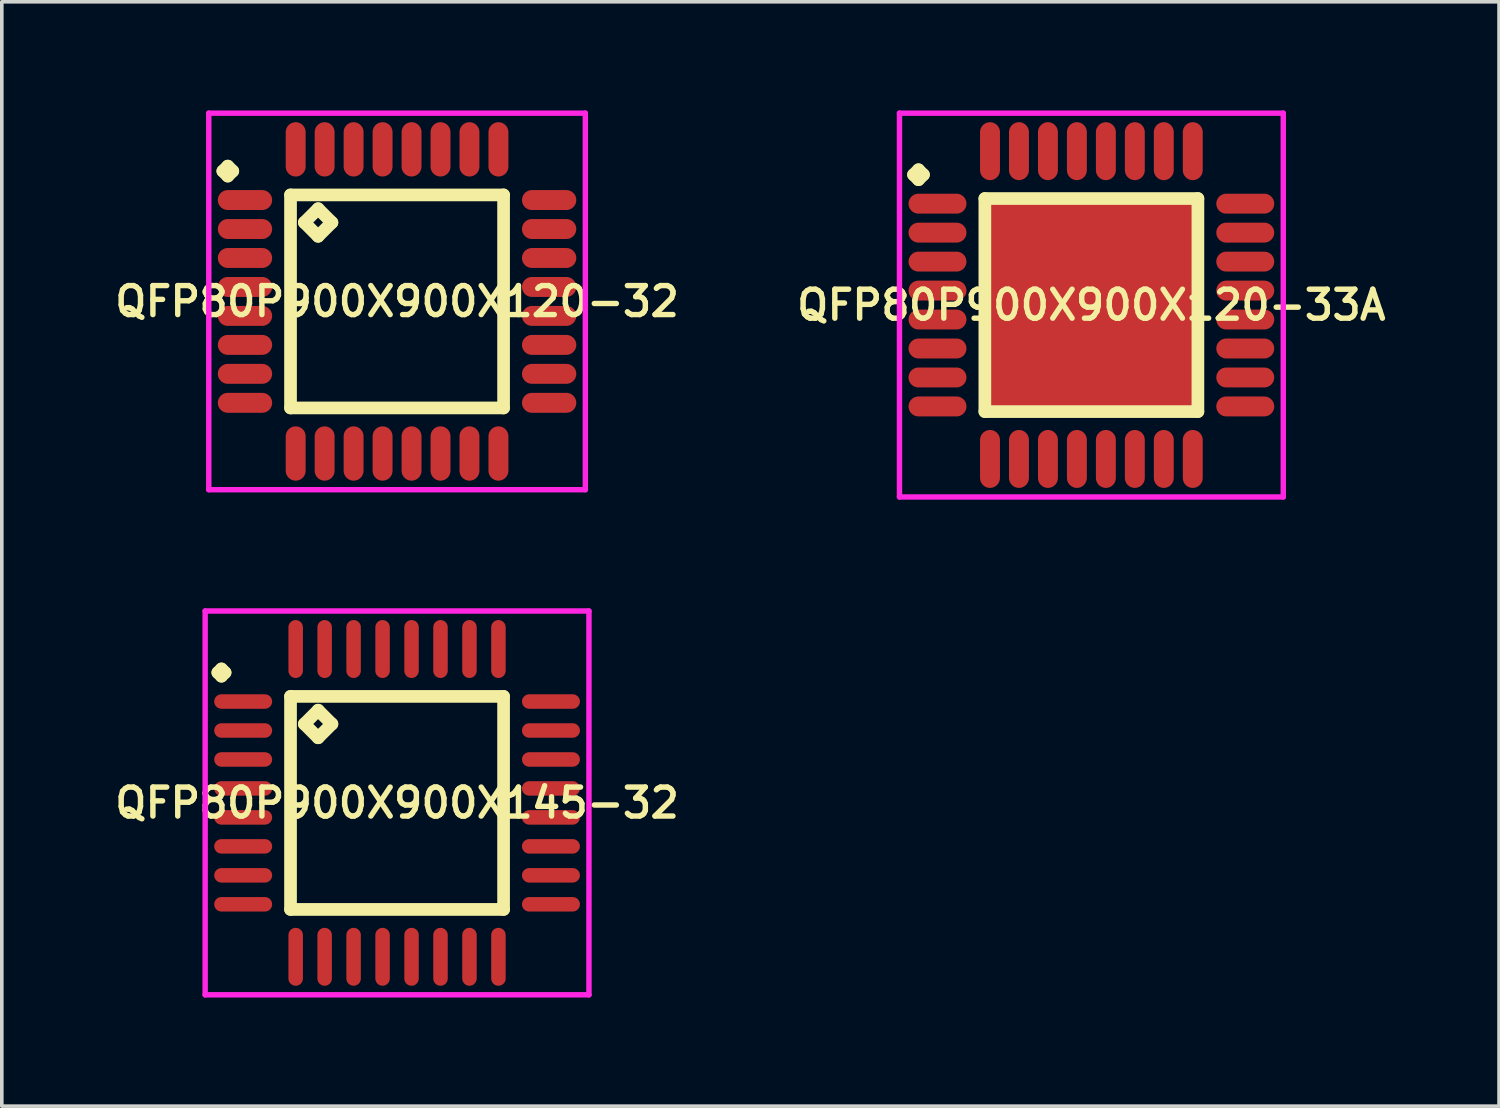
<source format=kicad_pcb>
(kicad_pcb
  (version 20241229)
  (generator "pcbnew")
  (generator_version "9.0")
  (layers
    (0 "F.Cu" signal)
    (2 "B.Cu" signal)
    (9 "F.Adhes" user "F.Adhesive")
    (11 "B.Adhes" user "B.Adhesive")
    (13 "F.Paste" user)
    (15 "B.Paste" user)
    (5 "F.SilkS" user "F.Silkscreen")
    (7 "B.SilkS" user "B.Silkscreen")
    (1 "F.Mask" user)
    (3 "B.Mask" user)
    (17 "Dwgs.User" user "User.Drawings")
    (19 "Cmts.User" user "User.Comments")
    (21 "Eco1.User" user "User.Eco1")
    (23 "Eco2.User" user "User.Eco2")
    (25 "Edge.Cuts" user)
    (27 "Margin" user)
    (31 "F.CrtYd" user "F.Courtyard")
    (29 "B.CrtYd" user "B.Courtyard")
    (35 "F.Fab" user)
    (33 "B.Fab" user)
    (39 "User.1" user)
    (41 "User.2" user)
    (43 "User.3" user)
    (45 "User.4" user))
  (footprint "QFP80P900X900X120-32"
    (layer "F.Cu")
    (at 7.916 5.275)
    (property "Reference" "QFP80P900X900X120-32" (at 0 0 0) (layer "F.SilkS") (effects (font (size 0.8 0.8) (thickness 0.15))))
    (attr smd)
    (fp_line (start -4.812 -3.6) (end -4.675 -3.737) (stroke (width 0.35) (type solid)) (layer "F.SilkS"))
    (fp_line (start -4.675 -3.737) (end -4.537 -3.6) (stroke (width 0.35) (type solid)) (layer "F.SilkS"))
    (fp_line (start -4.675 -3.462) (end -4.812 -3.6) (stroke (width 0.35) (type solid)) (layer "F.SilkS"))
    (fp_line (start -4.537 -3.6) (end -4.675 -3.462) (stroke (width 0.35) (type solid)) (layer "F.SilkS"))
    (fp_line (start -2.942 -2.942) (end -2.942 2.942) (stroke (width 0.35) (type solid)) (layer "F.SilkS"))
    (fp_line (start -2.942 2.942) (end 2.942 2.942) (stroke (width 0.35) (type solid)) (layer "F.SilkS"))
    (fp_line (start -2.561 -2.18) (end -2.18 -2.561) (stroke (width 0.35) (type solid)) (layer "F.SilkS"))
    (fp_line (start -2.18 -2.561) (end -1.799 -2.18) (stroke (width 0.35) (type solid)) (layer "F.SilkS"))
    (fp_line (start -2.18 -1.799) (end -2.561 -2.18) (stroke (width 0.35) (type solid)) (layer "F.SilkS"))
    (fp_line (start -1.799 -2.18) (end -2.18 -1.799) (stroke (width 0.35) (type solid)) (layer "F.SilkS"))
    (fp_line (start 2.942 -2.942) (end -2.942 -2.942) (stroke (width 0.35) (type solid)) (layer "F.SilkS"))
    (fp_line (start 2.942 2.942) (end 2.942 -2.942) (stroke (width 0.35) (type solid)) (layer "F.SilkS"))
    (fp_line (start -5.2 -5.2) (end 5.2 -5.2) (stroke (width 0.15) (type solid)) (layer "F.CrtYd"))
    (fp_line (start -5.2 5.2) (end -5.2 -5.2) (stroke (width 0.15) (type solid)) (layer "F.CrtYd"))
    (fp_line (start 5.2 -5.2) (end 5.2 5.2) (stroke (width 0.15) (type solid)) (layer "F.CrtYd"))
    (fp_line (start 5.2 5.2) (end -5.2 5.2) (stroke (width 0.15) (type solid)) (layer "F.CrtYd"))
    (pad "1" smd oval (at -4.2 -2.8) (size 1.5 0.55) (layers "F.Cu" "F.Mask" "F.Paste"))
    (pad "2" smd oval (at -4.2 -2) (size 1.5 0.55) (layers "F.Cu" "F.Mask" "F.Paste"))
    (pad "3" smd oval (at -4.2 -1.2) (size 1.5 0.55) (layers "F.Cu" "F.Mask" "F.Paste"))
    (pad "4" smd oval (at -4.2 -0.4) (size 1.5 0.55) (layers "F.Cu" "F.Mask" "F.Paste"))
    (pad "5" smd oval (at -4.2 0.4) (size 1.5 0.55) (layers "F.Cu" "F.Mask" "F.Paste"))
    (pad "6" smd oval (at -4.2 1.2) (size 1.5 0.55) (layers "F.Cu" "F.Mask" "F.Paste"))
    (pad "7" smd oval (at -4.2 2) (size 1.5 0.55) (layers "F.Cu" "F.Mask" "F.Paste"))
    (pad "8" smd oval (at -4.2 2.8) (size 1.5 0.55) (layers "F.Cu" "F.Mask" "F.Paste"))
    (pad "9" smd oval (at -2.8 4.2) (size 0.55 1.5) (layers "F.Cu" "F.Mask" "F.Paste"))
    (pad "10" smd oval (at -2 4.2) (size 0.55 1.5) (layers "F.Cu" "F.Mask" "F.Paste"))
    (pad "11" smd oval (at -1.2 4.2) (size 0.55 1.5) (layers "F.Cu" "F.Mask" "F.Paste"))
    (pad "12" smd oval (at -0.4 4.2) (size 0.55 1.5) (layers "F.Cu" "F.Mask" "F.Paste"))
    (pad "13" smd oval (at 0.4 4.2) (size 0.55 1.5) (layers "F.Cu" "F.Mask" "F.Paste"))
    (pad "14" smd oval (at 1.2 4.2) (size 0.55 1.5) (layers "F.Cu" "F.Mask" "F.Paste"))
    (pad "15" smd oval (at 2 4.2) (size 0.55 1.5) (layers "F.Cu" "F.Mask" "F.Paste"))
    (pad "16" smd oval (at 2.8 4.2) (size 0.55 1.5) (layers "F.Cu" "F.Mask" "F.Paste"))
    (pad "17" smd oval (at 4.2 2.8) (size 1.5 0.55) (layers "F.Cu" "F.Mask" "F.Paste"))
    (pad "18" smd oval (at 4.2 2) (size 1.5 0.55) (layers "F.Cu" "F.Mask" "F.Paste"))
    (pad "19" smd oval (at 4.2 1.2) (size 1.5 0.55) (layers "F.Cu" "F.Mask" "F.Paste"))
    (pad "20" smd oval (at 4.2 0.4) (size 1.5 0.55) (layers "F.Cu" "F.Mask" "F.Paste"))
    (pad "21" smd oval (at 4.2 -0.4) (size 1.5 0.55) (layers "F.Cu" "F.Mask" "F.Paste"))
    (pad "22" smd oval (at 4.2 -1.2) (size 1.5 0.55) (layers "F.Cu" "F.Mask" "F.Paste"))
    (pad "23" smd oval (at 4.2 -2) (size 1.5 0.55) (layers "F.Cu" "F.Mask" "F.Paste"))
    (pad "24" smd oval (at 4.2 -2.8) (size 1.5 0.55) (layers "F.Cu" "F.Mask" "F.Paste"))
    (pad "25" smd oval (at 2.8 -4.2) (size 0.55 1.5) (layers "F.Cu" "F.Mask" "F.Paste"))
    (pad "26" smd oval (at 2 -4.2) (size 0.55 1.5) (layers "F.Cu" "F.Mask" "F.Paste"))
    (pad "27" smd oval (at 1.2 -4.2) (size 0.55 1.5) (layers "F.Cu" "F.Mask" "F.Paste"))
    (pad "28" smd oval (at 0.4 -4.2) (size 0.55 1.5) (layers "F.Cu" "F.Mask" "F.Paste"))
    (pad "29" smd oval (at -0.4 -4.2) (size 0.55 1.5) (layers "F.Cu" "F.Mask" "F.Paste"))
    (pad "30" smd oval (at -1.2 -4.2) (size 0.55 1.5) (layers "F.Cu" "F.Mask" "F.Paste"))
    (pad "31" smd oval (at -2 -4.2) (size 0.55 1.5) (layers "F.Cu" "F.Mask" "F.Paste"))
    (pad "32" smd oval (at -2.8 -4.2) (size 0.55 1.5) (layers "F.Cu" "F.Mask" "F.Paste")))
  (footprint "QFP80P900X900X120-33A"
    (layer "F.Cu")
    (at 27.092 5.375)
    (property "Reference" "QFP80P900X900X120-33A" (at 0 0 0) (layer "F.SilkS") (effects (font (size 0.8 0.8) (thickness 0.15))))
    (attr smd)
    (fp_line (start -4.912 -3.6) (end -4.775 -3.737) (stroke (width 0.35) (type solid)) (layer "F.SilkS"))
    (fp_line (start -4.775 -3.737) (end -4.638 -3.6) (stroke (width 0.35) (type solid)) (layer "F.SilkS"))
    (fp_line (start -4.775 -3.462) (end -4.912 -3.6) (stroke (width 0.35) (type solid)) (layer "F.SilkS"))
    (fp_line (start -4.638 -3.6) (end -4.775 -3.462) (stroke (width 0.35) (type solid)) (layer "F.SilkS"))
    (fp_line (start -2.942 -2.942) (end -2.942 2.942) (stroke (width 0.35) (type solid)) (layer "F.SilkS"))
    (fp_line (start -2.942 2.942) (end 2.942 2.942) (stroke (width 0.35) (type solid)) (layer "F.SilkS"))
    (fp_line (start 2.942 -2.942) (end -2.942 -2.942) (stroke (width 0.35) (type solid)) (layer "F.SilkS"))
    (fp_line (start 2.942 2.942) (end 2.942 -2.942) (stroke (width 0.35) (type solid)) (layer "F.SilkS"))
    (fp_line (start -5.3 -5.3) (end 5.3 -5.3) (stroke (width 0.15) (type solid)) (layer "F.CrtYd"))
    (fp_line (start -5.3 5.3) (end -5.3 -5.3) (stroke (width 0.15) (type solid)) (layer "F.CrtYd"))
    (fp_line (start 5.3 -5.3) (end 5.3 5.3) (stroke (width 0.15) (type solid)) (layer "F.CrtYd"))
    (fp_line (start 5.3 5.3) (end -5.3 5.3) (stroke (width 0.15) (type solid)) (layer "F.CrtYd"))
    (pad "1" smd oval (at -4.25 -2.8) (size 1.6 0.55) (layers "F.Cu" "F.Mask" "F.Paste"))
    (pad "2" smd oval (at -4.25 -2) (size 1.6 0.55) (layers "F.Cu" "F.Mask" "F.Paste"))
    (pad "3" smd oval (at -4.25 -1.2) (size 1.6 0.55) (layers "F.Cu" "F.Mask" "F.Paste"))
    (pad "4" smd oval (at -4.25 -0.4) (size 1.6 0.55) (layers "F.Cu" "F.Mask" "F.Paste"))
    (pad "5" smd oval (at -4.25 0.4) (size 1.6 0.55) (layers "F.Cu" "F.Mask" "F.Paste"))
    (pad "6" smd oval (at -4.25 1.2) (size 1.6 0.55) (layers "F.Cu" "F.Mask" "F.Paste"))
    (pad "7" smd oval (at -4.25 2) (size 1.6 0.55) (layers "F.Cu" "F.Mask" "F.Paste"))
    (pad "8" smd oval (at -4.25 2.8) (size 1.6 0.55) (layers "F.Cu" "F.Mask" "F.Paste"))
    (pad "9" smd oval (at -2.8 4.25) (size 0.55 1.6) (layers "F.Cu" "F.Mask" "F.Paste"))
    (pad "10" smd oval (at -2 4.25) (size 0.55 1.6) (layers "F.Cu" "F.Mask" "F.Paste"))
    (pad "11" smd oval (at -1.2 4.25) (size 0.55 1.6) (layers "F.Cu" "F.Mask" "F.Paste"))
    (pad "12" smd oval (at -0.4 4.25) (size 0.55 1.6) (layers "F.Cu" "F.Mask" "F.Paste"))
    (pad "13" smd oval (at 0.4 4.25) (size 0.55 1.6) (layers "F.Cu" "F.Mask" "F.Paste"))
    (pad "14" smd oval (at 1.2 4.25) (size 0.55 1.6) (layers "F.Cu" "F.Mask" "F.Paste"))
    (pad "15" smd oval (at 2 4.25) (size 0.55 1.6) (layers "F.Cu" "F.Mask" "F.Paste"))
    (pad "16" smd oval (at 2.8 4.25) (size 0.55 1.6) (layers "F.Cu" "F.Mask" "F.Paste"))
    (pad "17" smd oval (at 4.25 2.8) (size 1.6 0.55) (layers "F.Cu" "F.Mask" "F.Paste"))
    (pad "18" smd oval (at 4.25 2) (size 1.6 0.55) (layers "F.Cu" "F.Mask" "F.Paste"))
    (pad "19" smd oval (at 4.25 1.2) (size 1.6 0.55) (layers "F.Cu" "F.Mask" "F.Paste"))
    (pad "20" smd oval (at 4.25 0.4) (size 1.6 0.55) (layers "F.Cu" "F.Mask" "F.Paste"))
    (pad "21" smd oval (at 4.25 -0.4) (size 1.6 0.55) (layers "F.Cu" "F.Mask" "F.Paste"))
    (pad "22" smd oval (at 4.25 -1.2) (size 1.6 0.55) (layers "F.Cu" "F.Mask" "F.Paste"))
    (pad "23" smd oval (at 4.25 -2) (size 1.6 0.55) (layers "F.Cu" "F.Mask" "F.Paste"))
    (pad "24" smd oval (at 4.25 -2.8) (size 1.6 0.55) (layers "F.Cu" "F.Mask" "F.Paste"))
    (pad "25" smd oval (at 2.8 -4.25) (size 0.55 1.6) (layers "F.Cu" "F.Mask" "F.Paste"))
    (pad "26" smd oval (at 2 -4.25) (size 0.55 1.6) (layers "F.Cu" "F.Mask" "F.Paste"))
    (pad "27" smd oval (at 1.2 -4.25) (size 0.55 1.6) (layers "F.Cu" "F.Mask" "F.Paste"))
    (pad "28" smd oval (at 0.4 -4.25) (size 0.55 1.6) (layers "F.Cu" "F.Mask" "F.Paste"))
    (pad "29" smd oval (at -0.4 -4.25) (size 0.55 1.6) (layers "F.Cu" "F.Mask" "F.Paste"))
    (pad "30" smd oval (at -1.2 -4.25) (size 0.55 1.6) (layers "F.Cu" "F.Mask" "F.Paste"))
    (pad "31" smd oval (at -2 -4.25) (size 0.55 1.6) (layers "F.Cu" "F.Mask" "F.Paste"))
    (pad "32" smd oval (at -2.8 -4.25) (size 0.55 1.6) (layers "F.Cu" "F.Mask" "F.Paste"))
    (pad "33" smd rect (at 0 0) (size 6 6) (layers "F.Cu" "F.Mask" "F.Paste")))
  (footprint "QFP80P900X900X145-32"
    (layer "F.Cu")
    (at 7.916 19.125)
    (property "Reference" "QFP80P900X900X145-32" (at 0 0 0) (layer "F.SilkS") (effects (font (size 0.8 0.8) (thickness 0.15))))
    (attr through_hole)
    (fp_line (start -4.95 -3.6) (end -4.85 -3.7) (stroke (width 0.35) (type solid)) (layer "F.SilkS"))
    (fp_line (start -4.85 -3.7) (end -4.75 -3.6) (stroke (width 0.35) (type solid)) (layer "F.SilkS"))
    (fp_line (start -4.85 -3.5) (end -4.95 -3.6) (stroke (width 0.35) (type solid)) (layer "F.SilkS"))
    (fp_line (start -4.75 -3.6) (end -4.85 -3.5) (stroke (width 0.35) (type solid)) (layer "F.SilkS"))
    (fp_line (start -2.942 -2.942) (end -2.942 2.942) (stroke (width 0.35) (type solid)) (layer "F.SilkS"))
    (fp_line (start -2.942 2.942) (end 2.942 2.942) (stroke (width 0.35) (type solid)) (layer "F.SilkS"))
    (fp_line (start -2.561 -2.18) (end -2.18 -2.561) (stroke (width 0.35) (type solid)) (layer "F.SilkS"))
    (fp_line (start -2.18 -2.561) (end -1.799 -2.18) (stroke (width 0.35) (type solid)) (layer "F.SilkS"))
    (fp_line (start -2.18 -1.799) (end -2.561 -2.18) (stroke (width 0.35) (type solid)) (layer "F.SilkS"))
    (fp_line (start -1.799 -2.18) (end -2.18 -1.799) (stroke (width 0.35) (type solid)) (layer "F.SilkS"))
    (fp_line (start 2.942 -2.942) (end -2.942 -2.942) (stroke (width 0.35) (type solid)) (layer "F.SilkS"))
    (fp_line (start 2.942 2.942) (end 2.942 -2.942) (stroke (width 0.35) (type solid)) (layer "F.SilkS"))
    (fp_line (start -5.3 -5.3) (end 5.3 -5.3) (stroke (width 0.15) (type solid)) (layer "F.CrtYd"))
    (fp_line (start -5.3 5.3) (end -5.3 -5.3) (stroke (width 0.15) (type solid)) (layer "F.CrtYd"))
    (fp_line (start 5.3 -5.3) (end 5.3 5.3) (stroke (width 0.15) (type solid)) (layer "F.CrtYd"))
    (fp_line (start 5.3 5.3) (end -5.3 5.3) (stroke (width 0.15) (type solid)) (layer "F.CrtYd"))
    (pad "1" smd oval (at -4.25 -2.8) (size 1.6 0.4) (layers "F.Cu" "F.Mask" "F.Paste"))
    (pad "2" smd oval (at -4.25 -2) (size 1.6 0.4) (layers "F.Cu" "F.Mask" "F.Paste"))
    (pad "3" smd oval (at -4.25 -1.2) (size 1.6 0.4) (layers "F.Cu" "F.Mask" "F.Paste"))
    (pad "4" smd oval (at -4.25 -0.4) (size 1.6 0.4) (layers "F.Cu" "F.Mask" "F.Paste"))
    (pad "5" smd oval (at -4.25 0.4) (size 1.6 0.4) (layers "F.Cu" "F.Mask" "F.Paste"))
    (pad "6" smd oval (at -4.25 1.2) (size 1.6 0.4) (layers "F.Cu" "F.Mask" "F.Paste"))
    (pad "7" smd oval (at -4.25 2) (size 1.6 0.4) (layers "F.Cu" "F.Mask" "F.Paste"))
    (pad "8" smd oval (at -4.25 2.8) (size 1.6 0.4) (layers "F.Cu" "F.Mask" "F.Paste"))
    (pad "9" smd oval (at -2.8 4.25) (size 0.4 1.6) (layers "F.Cu" "F.Mask" "F.Paste"))
    (pad "10" smd oval (at -2 4.25) (size 0.4 1.6) (layers "F.Cu" "F.Mask" "F.Paste"))
    (pad "11" smd oval (at -1.2 4.25) (size 0.4 1.6) (layers "F.Cu" "F.Mask" "F.Paste"))
    (pad "12" smd oval (at -0.4 4.25) (size 0.4 1.6) (layers "F.Cu" "F.Mask" "F.Paste"))
    (pad "13" smd oval (at 0.4 4.25) (size 0.4 1.6) (layers "F.Cu" "F.Mask" "F.Paste"))
    (pad "14" smd oval (at 1.2 4.25) (size 0.4 1.6) (layers "F.Cu" "F.Mask" "F.Paste"))
    (pad "15" smd oval (at 2 4.25) (size 0.4 1.6) (layers "F.Cu" "F.Mask" "F.Paste"))
    (pad "16" smd oval (at 2.8 4.25) (size 0.4 1.6) (layers "F.Cu" "F.Mask" "F.Paste"))
    (pad "17" smd oval (at 4.25 2.8) (size 1.6 0.4) (layers "F.Cu" "F.Mask" "F.Paste"))
    (pad "18" smd oval (at 4.25 2) (size 1.6 0.4) (layers "F.Cu" "F.Mask" "F.Paste"))
    (pad "19" smd oval (at 4.25 1.2) (size 1.6 0.4) (layers "F.Cu" "F.Mask" "F.Paste"))
    (pad "20" smd oval (at 4.25 0.4) (size 1.6 0.4) (layers "F.Cu" "F.Mask" "F.Paste"))
    (pad "21" smd oval (at 4.25 -0.4) (size 1.6 0.4) (layers "F.Cu" "F.Mask" "F.Paste"))
    (pad "22" smd oval (at 4.25 -1.2) (size 1.6 0.4) (layers "F.Cu" "F.Mask" "F.Paste"))
    (pad "23" smd oval (at 4.25 -2) (size 1.6 0.4) (layers "F.Cu" "F.Mask" "F.Paste"))
    (pad "24" smd oval (at 4.25 -2.8) (size 1.6 0.4) (layers "F.Cu" "F.Mask" "F.Paste"))
    (pad "25" smd oval (at 2.8 -4.25) (size 0.4 1.6) (layers "F.Cu" "F.Mask" "F.Paste"))
    (pad "26" smd oval (at 2 -4.25) (size 0.4 1.6) (layers "F.Cu" "F.Mask" "F.Paste"))
    (pad "27" smd oval (at 1.2 -4.25) (size 0.4 1.6) (layers "F.Cu" "F.Mask" "F.Paste"))
    (pad "28" smd oval (at 0.4 -4.25) (size 0.4 1.6) (layers "F.Cu" "F.Mask" "F.Paste"))
    (pad "29" smd oval (at -0.4 -4.25) (size 0.4 1.6) (layers "F.Cu" "F.Mask" "F.Paste"))
    (pad "30" smd oval (at -1.2 -4.25) (size 0.4 1.6) (layers "F.Cu" "F.Mask" "F.Paste"))
    (pad "31" smd oval (at -2 -4.25) (size 0.4 1.6) (layers "F.Cu" "F.Mask" "F.Paste"))
    (pad "32" smd oval (at -2.8 -4.25) (size 0.4 1.6) (layers "F.Cu" "F.Mask" "F.Paste")))
  (gr_rect
    (start -3 -3)
    (end 38.351 27.5)
    (stroke (width 0.1) (type default))
    (fill no)
    (layer "Edge.Cuts")))
</source>
